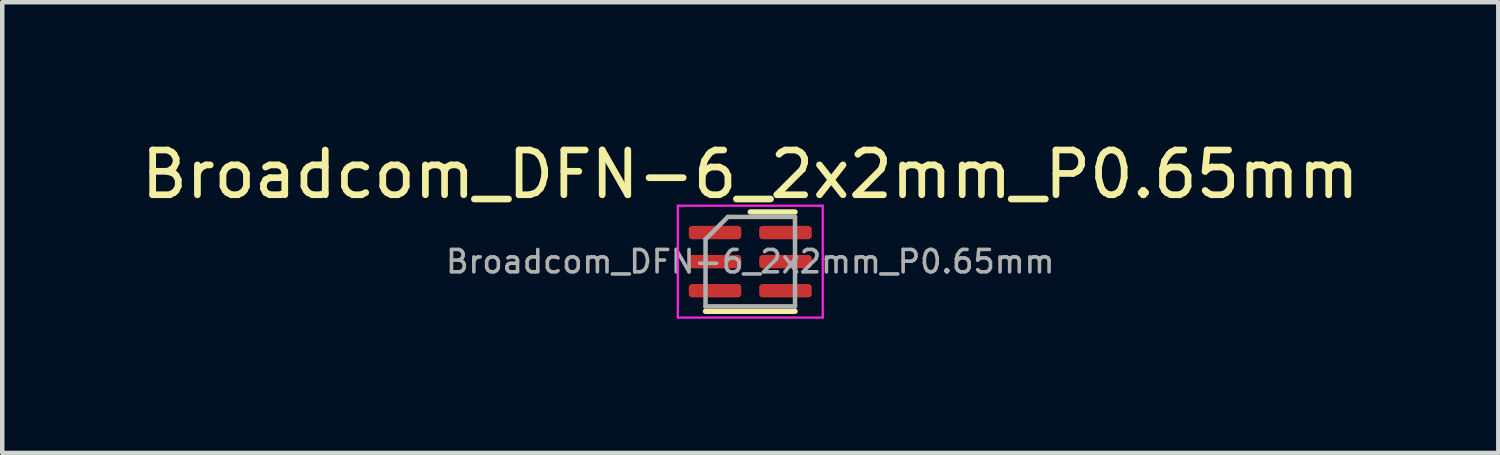
<source format=kicad_pcb>
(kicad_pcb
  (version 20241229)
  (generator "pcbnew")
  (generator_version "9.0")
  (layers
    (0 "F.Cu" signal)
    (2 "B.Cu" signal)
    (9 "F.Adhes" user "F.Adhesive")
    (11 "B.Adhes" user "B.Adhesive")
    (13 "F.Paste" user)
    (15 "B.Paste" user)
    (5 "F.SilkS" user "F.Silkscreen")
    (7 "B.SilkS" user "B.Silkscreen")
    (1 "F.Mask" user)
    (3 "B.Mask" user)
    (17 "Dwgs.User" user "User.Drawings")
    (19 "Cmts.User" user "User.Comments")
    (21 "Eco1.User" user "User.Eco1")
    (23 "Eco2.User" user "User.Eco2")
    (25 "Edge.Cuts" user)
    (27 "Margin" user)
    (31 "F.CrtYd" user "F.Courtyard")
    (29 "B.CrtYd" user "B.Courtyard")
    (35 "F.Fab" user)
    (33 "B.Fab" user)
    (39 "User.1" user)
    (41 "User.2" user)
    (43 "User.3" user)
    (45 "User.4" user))
  (footprint "Broadcom_DFN-6_2x2mm_P0.65mm"
    (layer "F.Cu")
    (at 13.72 2.798)
    (property "Reference" "Broadcom_DFN-6_2x2mm_P0.65mm" (at 0 -1.95 0) (layer "F.SilkS") (effects (font (size 1 1) (thickness 0.15))))
    (attr smd)
    (fp_line (start -1 1.11) (end 1 1.11) (stroke (width 0.12) (type solid)) (layer "F.SilkS"))
    (fp_line (start 0 -1.11) (end 1 -1.11) (stroke (width 0.12) (type solid)) (layer "F.SilkS"))
    (fp_line (start -1.62 -1.25) (end -1.62 1.25) (stroke (width 0.05) (type solid)) (layer "F.CrtYd"))
    (fp_line (start -1.62 1.25) (end 1.62 1.25) (stroke (width 0.05) (type solid)) (layer "F.CrtYd"))
    (fp_line (start 1.62 -1.25) (end -1.62 -1.25) (stroke (width 0.05) (type solid)) (layer "F.CrtYd"))
    (fp_line (start 1.62 1.25) (end 1.62 -1.25) (stroke (width 0.05) (type solid)) (layer "F.CrtYd"))
    (fp_line (start -1 -0.5) (end -0.5 -1) (stroke (width 0.1) (type solid)) (layer "F.Fab"))
    (fp_line (start -1 1) (end -1 -0.5) (stroke (width 0.1) (type solid)) (layer "F.Fab"))
    (fp_line (start -0.5 -1) (end 1 -1) (stroke (width 0.1) (type solid)) (layer "F.Fab"))
    (fp_line (start 1 -1) (end 1 1) (stroke (width 0.1) (type solid)) (layer "F.Fab"))
    (fp_line (start 1 1) (end -1 1) (stroke (width 0.1) (type solid)) (layer "F.Fab"))
    (fp_text user "${REFERENCE}" (at 0 0 0) (layer "F.Fab") (effects (font (size 0.5 0.5) (thickness 0.08))))
    (pad "1" smd roundrect (at -0.787 -0.65) (size 1.175 0.3) (layers "F.Cu" "F.Mask" "F.Paste") (roundrect_rratio 0.25))
    (pad "2" smd roundrect (at -0.787 0) (size 1.175 0.3) (layers "F.Cu" "F.Mask" "F.Paste") (roundrect_rratio 0.25))
    (pad "3" smd roundrect (at -0.787 0.65) (size 1.175 0.3) (layers "F.Cu" "F.Mask" "F.Paste") (roundrect_rratio 0.25))
    (pad "4" smd roundrect (at 0.787 0.65) (size 1.175 0.3) (layers "F.Cu" "F.Mask" "F.Paste") (roundrect_rratio 0.25))
    (pad "5" smd roundrect (at 0.787 0) (size 1.175 0.3) (layers "F.Cu" "F.Mask" "F.Paste") (roundrect_rratio 0.25))
    (pad "6" smd roundrect (at 0.787 -0.65) (size 1.175 0.3) (layers "F.Cu" "F.Mask" "F.Paste") (roundrect_rratio 0.25)))
  (gr_rect
    (start -3 -3)
    (end 30.44 7.073)
    (stroke (width 0.1) (type default))
    (fill no)
    (layer "Edge.Cuts")))
</source>
